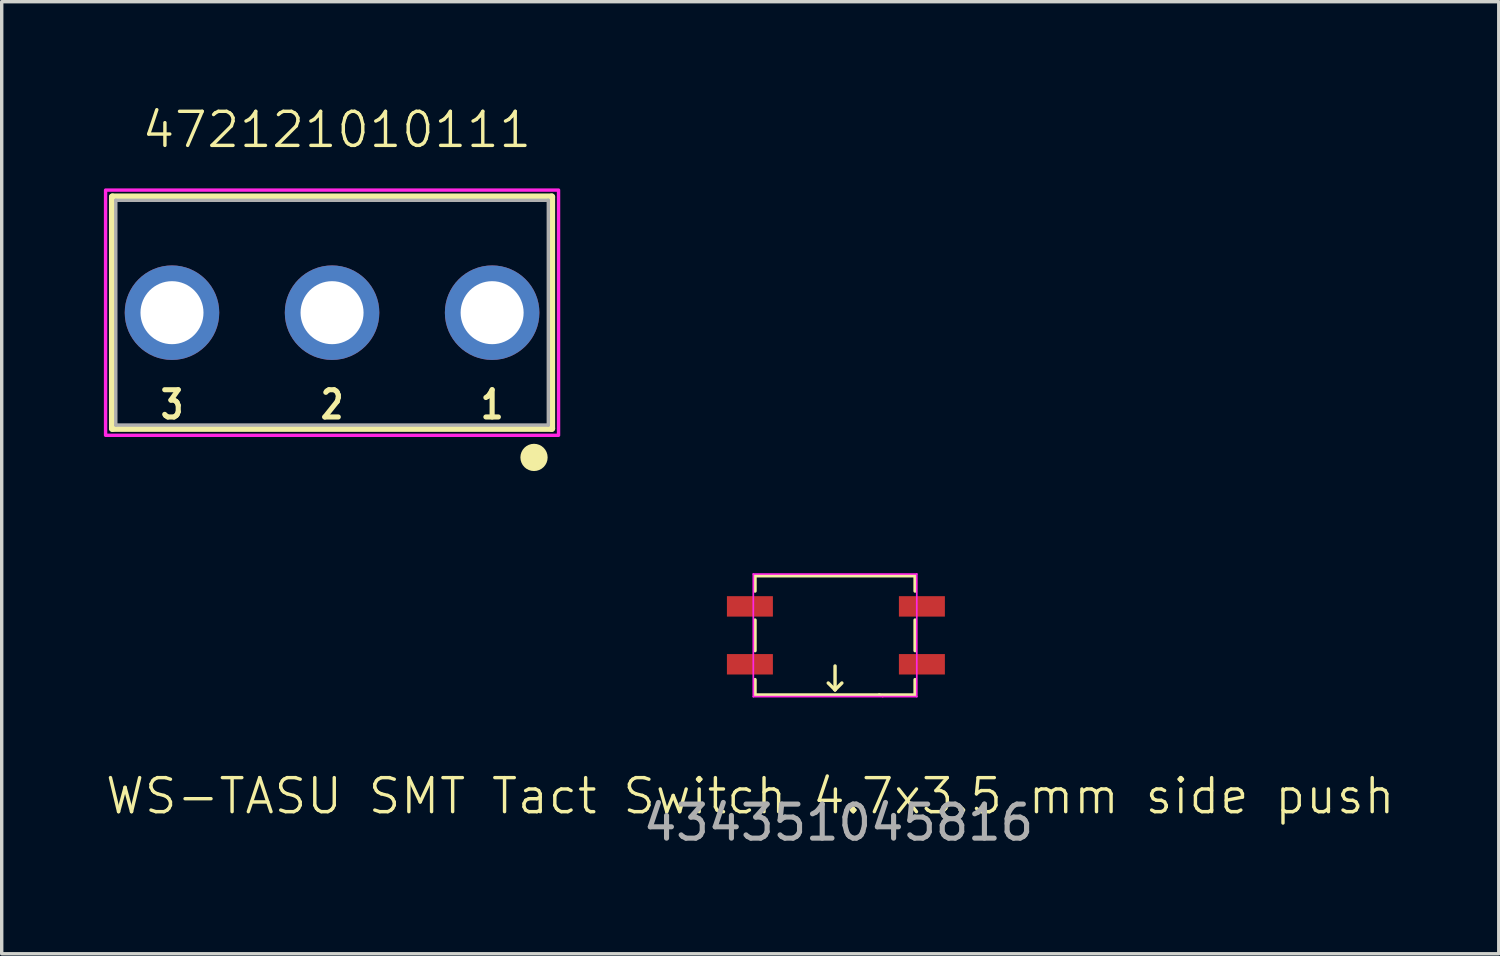
<source format=kicad_pcb>
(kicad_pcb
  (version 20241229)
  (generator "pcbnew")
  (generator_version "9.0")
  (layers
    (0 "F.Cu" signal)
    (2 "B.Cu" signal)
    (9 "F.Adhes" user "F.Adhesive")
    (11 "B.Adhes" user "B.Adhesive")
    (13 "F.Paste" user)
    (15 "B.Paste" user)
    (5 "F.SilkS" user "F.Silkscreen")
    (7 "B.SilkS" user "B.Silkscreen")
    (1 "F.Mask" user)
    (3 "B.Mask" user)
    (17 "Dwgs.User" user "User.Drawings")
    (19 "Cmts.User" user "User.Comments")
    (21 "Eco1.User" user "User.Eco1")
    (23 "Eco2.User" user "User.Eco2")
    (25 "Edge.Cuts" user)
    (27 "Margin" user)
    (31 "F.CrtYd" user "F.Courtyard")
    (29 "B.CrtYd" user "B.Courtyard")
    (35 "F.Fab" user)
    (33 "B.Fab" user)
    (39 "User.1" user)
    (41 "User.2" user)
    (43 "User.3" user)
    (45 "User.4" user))
  (footprint "WS-TASU SMT Tact Switch 4.7x3.5 mm side push"
    (layer "F.Cu")
    (at 21.469 15.605)
    (property "Reference" "WS-TASU SMT Tact Switch 4.7x3.5 mm side push" (at -2.49 4.72 0) (unlocked yes) (layer "F.SilkS") (effects (font (size 1 1) (thickness 0.1))))
    (attr smd)
    (fp_line (start -2.35 -1.75) (end 2.35 -1.75) (stroke (width 0.1) (type default)) (layer "F.SilkS"))
    (fp_line (start -2.35 -1.3) (end -2.35 -1.75) (stroke (width 0.1) (type default)) (layer "F.SilkS"))
    (fp_line (start -2.35 0.45) (end -2.35 -0.45) (stroke (width 0.1) (type default)) (layer "F.SilkS"))
    (fp_line (start -2.35 1.75) (end -2.35 1.3) (stroke (width 0.1) (type default)) (layer "F.SilkS"))
    (fp_line (start 0 0.9) (end 0 1.6) (stroke (width 0.1) (type default)) (layer "F.SilkS"))
    (fp_line (start 0 1.6) (end -0.2 1.4) (stroke (width 0.1) (type default)) (layer "F.SilkS"))
    (fp_line (start 0 1.6) (end 0.2 1.4) (stroke (width 0.1) (type default)) (layer "F.SilkS"))
    (fp_line (start 1.3 1.75) (end -2.35 1.75) (stroke (width 0.1) (type default)) (layer "F.SilkS"))
    (fp_line (start 2.35 -1.75) (end 2.35 -1.3) (stroke (width 0.1) (type default)) (layer "F.SilkS"))
    (fp_line (start 2.35 -0.45) (end 2.35 0.45) (stroke (width 0.1) (type default)) (layer "F.SilkS"))
    (fp_line (start 2.35 1.3) (end 2.35 1.75) (stroke (width 0.1) (type default)) (layer "F.SilkS"))
    (fp_line (start 2.35 1.75) (end 1.3 1.75) (stroke (width 0.1) (type default)) (layer "F.SilkS"))
    (fp_line (start -2.4 -1.8) (end -2.4 1.8) (stroke (width 0.05) (type default)) (layer "F.CrtYd"))
    (fp_line (start -2.4 1.8) (end 1.4 1.8) (stroke (width 0.05) (type default)) (layer "F.CrtYd"))
    (fp_line (start 1.4 1.8) (end 2.4 1.8) (stroke (width 0.05) (type default)) (layer "F.CrtYd"))
    (fp_line (start 2.4 -1.8) (end -2.4 -1.8) (stroke (width 0.05) (type default)) (layer "F.CrtYd"))
    (fp_line (start 2.4 1.8) (end 2.4 -1.8) (stroke (width 0.05) (type default)) (layer "F.CrtYd"))
    (fp_text user "434351045816" (at 0.1 5.5 0) (unlocked yes) (layer "F.Fab") (effects (font (size 1 1) (thickness 0.15))))
    (pad "1" smd rect (at -2.5 0.85) (size 1.35 0.6) (layers "F.Cu" "F.Mask" "F.Paste"))
    (pad "2" smd rect (at 2.55 0.85) (size 1.35 0.6) (layers "F.Cu" "F.Mask" "F.Paste"))
    (pad "3" smd rect (at 2.55 -0.85) (size 1.35 0.6) (layers "F.Cu" "F.Mask" "F.Paste"))
    (pad "4" smd rect (at -2.5 -0.85) (size 1.35 0.6) (layers "F.Cu" "F.Mask" "F.Paste")))
  (footprint "472121010111"
    (layer "F.Cu")
    (at 6.65 5.981)
    (property "Reference" "472121010111" (at 0.19 -5.22 0) (unlocked yes) (layer "F.SilkS") (effects (font (size 1 1) (thickness 0.1))))
    (attr smd)
    (fp_line (start -6.4 -3.25) (end 6.5 -3.25) (stroke (width 0.2) (type solid)) (layer "F.SilkS"))
    (fp_line (start -6.4 3.55) (end -6.4 -3.25) (stroke (width 0.2) (type solid)) (layer "F.SilkS"))
    (fp_line (start 6.5 -3.25) (end 6.5 3.55) (stroke (width 0.2) (type solid)) (layer "F.SilkS"))
    (fp_line (start 6.5 3.55) (end -6.4 3.55) (stroke (width 0.2) (type solid)) (layer "F.SilkS"))
    (fp_circle (center 5.98 4.4) (end 6.18 4.4) (stroke (width 0.4) (type solid)) (fill no) (layer "F.SilkS"))
    (fp_poly (pts (xy -6.6 -3.45) (xy 6.7 -3.45) (xy 6.7 3.75) (xy -6.6 3.75)) (stroke (width 0.1) (type solid)) (fill no) (layer "F.CrtYd"))
    (fp_line (start -6.3 -3.15) (end 6.4 -3.15) (stroke (width 0.1) (type solid)) (layer "F.Fab"))
    (fp_line (start -6.3 3.45) (end -6.3 -3.15) (stroke (width 0.1) (type solid)) (layer "F.Fab"))
    (fp_line (start 6.4 -3.15) (end 6.4 3.45) (stroke (width 0.1) (type solid)) (layer "F.Fab"))
    (fp_line (start 6.4 3.45) (end -6.3 3.45) (stroke (width 0.1) (type solid)) (layer "F.Fab"))
    (fp_text user "2" (at 0.05 2.85 0) (layer "F.SilkS") (effects (font (size 0.8 0.64) (thickness 0.15))))
    (fp_text user "1" (at 4.75 2.85 0) (layer "F.SilkS") (effects (font (size 0.8 0.64) (thickness 0.15))))
    (fp_text user "3" (at -4.65 2.85 0) (layer "F.SilkS") (effects (font (size 0.8 0.64) (thickness 0.15))))
    (pad "1" thru_hole circle (at 4.75 0.15) (size 2.775 2.775) (drill 1.85) (layers "*.Cu" "*.Mask"))
    (pad "2" thru_hole circle (at 0.05 0.15) (size 2.775 2.775) (drill 1.85) (layers "*.Cu" "*.Mask"))
    (pad "3" thru_hole circle (at -4.65 0.15) (size 2.775 2.775) (drill 1.85) (layers "*.Cu" "*.Mask")))
  (gr_rect
    (start -3 -3)
    (end 40.957 24.954)
    (stroke (width 0.1) (type default))
    (fill no)
    (layer "Edge.Cuts")))
</source>
